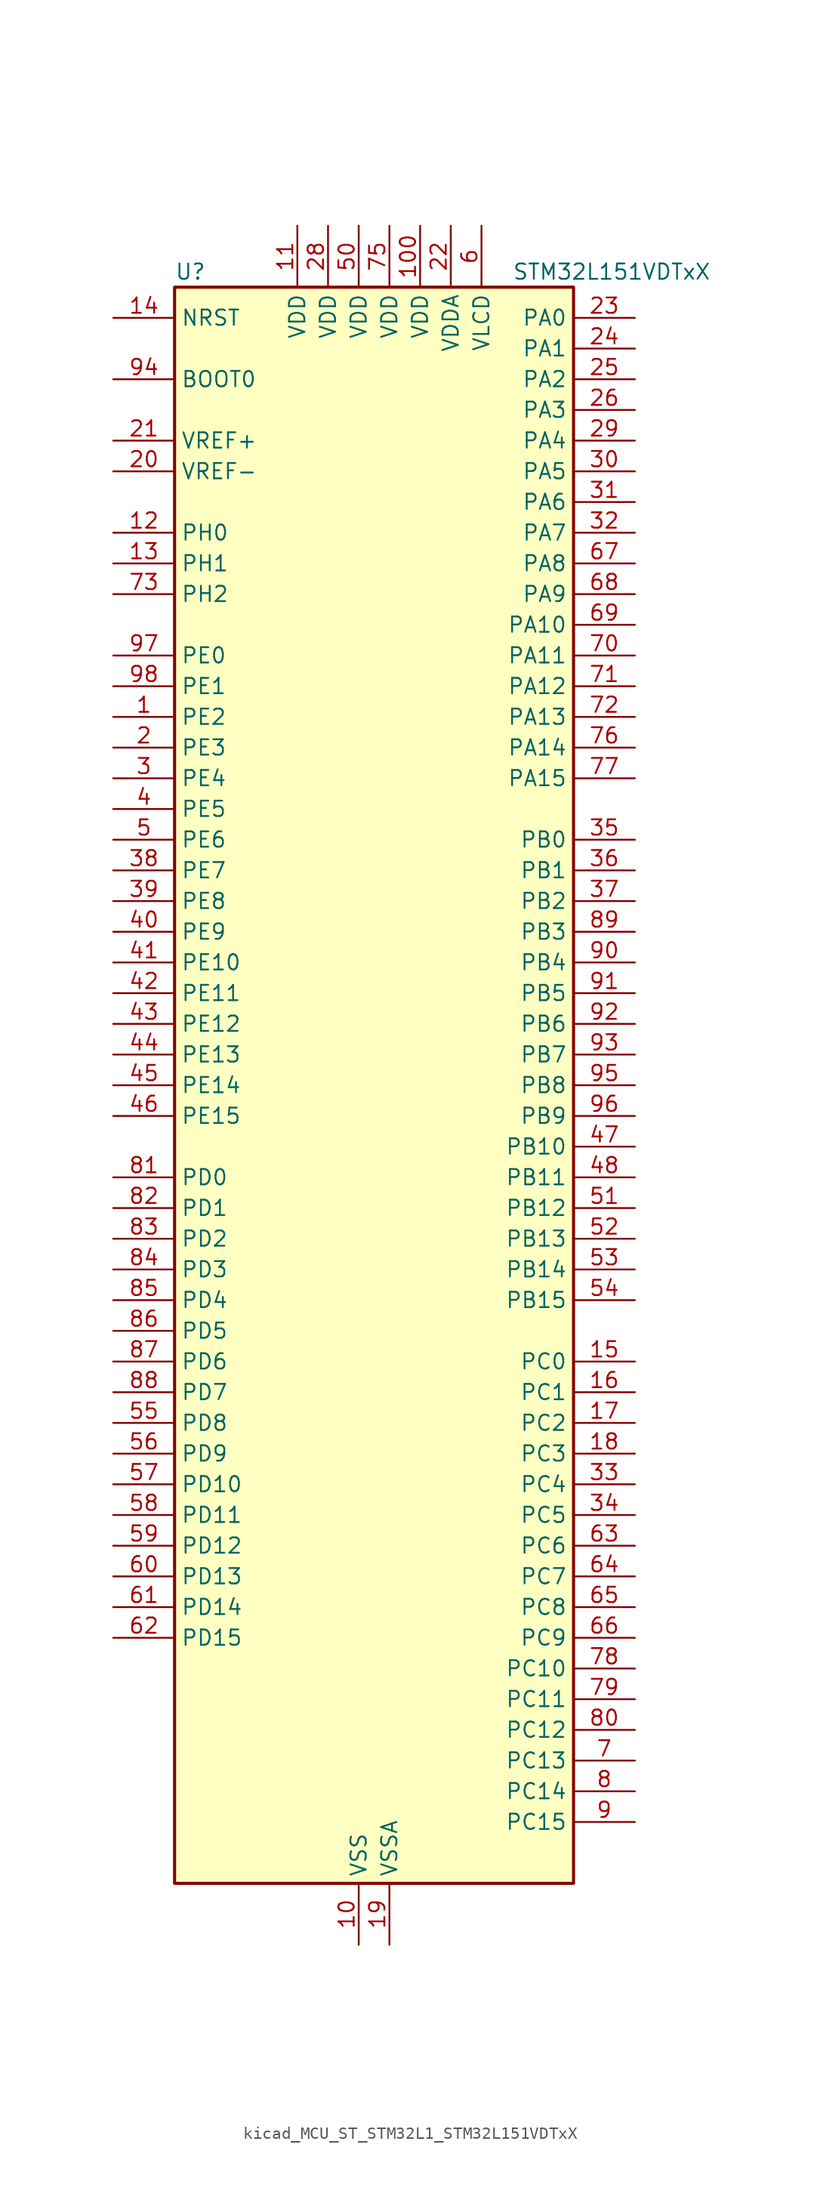
<source format=kicad_sym>
(kicad_symbol_lib
  (version 20220914)
  (generator kicad_symbol_editor)
  (symbol "kicad_MCU_ST_STM32L1_STM32L151VDTxX"
    (property "Reference" "U"
      (at -15.24 67.31 0)
      (effects (font (size 1.27 1.27)) (justify left)))
    (property "Value" "STM32L151VDTxX"
      (at 12.7 67.31 0)
      (effects (font (size 1.27 1.27)) (justify left)))
    (property "ki_locked" ""
      (at 0 0 0)
      (effects (font (size 1.27 1.27))))
    (symbol "kicad_MCU_ST_STM32L1_STM32L151VDTxX_0_1"
      (rectangle (start -15.24 -66.04) (end 17.78 66.04) (stroke (width 0.254) (type default)) (fill (type background))))
    (symbol "kicad_MCU_ST_STM32L1_STM32L151VDTxX_1_1"
      (pin bidirectional line (at -20.32 30.48 0) (length 5.08) (name "PE2" (effects (font (size 1.27 1.27)))) (number "1" (effects (font (size 1.27 1.27)))) (alternate "SYS_TRACECK" bidirectional line) (alternate "TIM3_ETR" bidirectional line) (alternate "TIMX_IC3" bidirectional line))
      (pin power_in line (at 0 -71.12 90) (length 5.08) (name "VSS" (effects (font (size 1.27 1.27)))) (number "10" (effects (font (size 1.27 1.27)))))
      (pin power_in line (at 5.08 71.12 270) (length 5.08) (name "VDD" (effects (font (size 1.27 1.27)))) (number "100" (effects (font (size 1.27 1.27)))))
      (pin power_in line (at -5.08 71.12 270) (length 5.08) (name "VDD" (effects (font (size 1.27 1.27)))) (number "11" (effects (font (size 1.27 1.27)))))
      (pin bidirectional line (at -20.32 45.72 0) (length 5.08) (name "PH0" (effects (font (size 1.27 1.27)))) (number "12" (effects (font (size 1.27 1.27)))) (alternate "RCC_OSC_IN" bidirectional line))
      (pin bidirectional line (at -20.32 43.18 0) (length 5.08) (name "PH1" (effects (font (size 1.27 1.27)))) (number "13" (effects (font (size 1.27 1.27)))) (alternate "RCC_OSC_OUT" bidirectional line))
      (pin input line (at -20.32 63.5 0) (length 5.08) (name "NRST" (effects (font (size 1.27 1.27)))) (number "14" (effects (font (size 1.27 1.27)))))
      (pin bidirectional line (at 22.86 -22.86 180) (length 5.08) (name "PC0" (effects (font (size 1.27 1.27)))) (number "15" (effects (font (size 1.27 1.27)))) (alternate "ADC_IN10" bidirectional line) (alternate "COMP1_INP" bidirectional line) (alternate "TIMX_IC1" bidirectional line) (alternate "TS_G8_IO1" bidirectional line))
      (pin bidirectional line (at 22.86 -25.4 180) (length 5.08) (name "PC1" (effects (font (size 1.27 1.27)))) (number "16" (effects (font (size 1.27 1.27)))) (alternate "ADC_IN11" bidirectional line) (alternate "COMP1_INP" bidirectional line) (alternate "TIMX_IC2" bidirectional line) (alternate "TS_G8_IO2" bidirectional line))
      (pin bidirectional line (at 22.86 -27.94 180) (length 5.08) (name "PC2" (effects (font (size 1.27 1.27)))) (number "17" (effects (font (size 1.27 1.27)))) (alternate "ADC_IN12" bidirectional line) (alternate "COMP1_INP" bidirectional line) (alternate "TIMX_IC3" bidirectional line) (alternate "TS_G8_IO3" bidirectional line))
      (pin bidirectional line (at 22.86 -30.48 180) (length 5.08) (name "PC3" (effects (font (size 1.27 1.27)))) (number "18" (effects (font (size 1.27 1.27)))) (alternate "ADC_IN13" bidirectional line) (alternate "COMP1_INP" bidirectional line) (alternate "TIMX_IC4" bidirectional line) (alternate "TS_G8_IO4" bidirectional line))
      (pin power_in line (at 2.54 -71.12 90) (length 5.08) (name "VSSA" (effects (font (size 1.27 1.27)))) (number "19" (effects (font (size 1.27 1.27)))))
      (pin bidirectional line (at -20.32 27.94 0) (length 5.08) (name "PE3" (effects (font (size 1.27 1.27)))) (number "2" (effects (font (size 1.27 1.27)))) (alternate "SYS_TRACED0" bidirectional line) (alternate "TIM3_CH1" bidirectional line) (alternate "TIMX_IC4" bidirectional line))
      (pin input line (at -20.32 50.8 0) (length 5.08) (name "VREF-" (effects (font (size 1.27 1.27)))) (number "20" (effects (font (size 1.27 1.27)))))
      (pin input line (at -20.32 53.34 0) (length 5.08) (name "VREF+" (effects (font (size 1.27 1.27)))) (number "21" (effects (font (size 1.27 1.27)))))
      (pin power_in line (at 7.62 71.12 270) (length 5.08) (name "VDDA" (effects (font (size 1.27 1.27)))) (number "22" (effects (font (size 1.27 1.27)))))
      (pin bidirectional line (at 22.86 63.5 180) (length 5.08) (name "PA0" (effects (font (size 1.27 1.27)))) (number "23" (effects (font (size 1.27 1.27)))) (alternate "ADC_IN0" bidirectional line) (alternate "COMP1_INP" bidirectional line) (alternate "RTC_TAMP2" bidirectional line) (alternate "SYS_WKUP1" bidirectional line) (alternate "TIM2_CH1" bidirectional line) (alternate "TIM2_ETR" bidirectional line) (alternate "TIM5_CH1" bidirectional line) (alternate "TIMX_IC1" bidirectional line) (alternate "TS_G1_IO1" bidirectional line) (alternate "USART2_CTS" bidirectional line))
      (pin bidirectional line (at 22.86 60.96 180) (length 5.08) (name "PA1" (effects (font (size 1.27 1.27)))) (number "24" (effects (font (size 1.27 1.27)))) (alternate "ADC_IN1" bidirectional line) (alternate "COMP1_INP" bidirectional line) (alternate "OPAMP1_VINP" bidirectional line) (alternate "TIM2_CH2" bidirectional line) (alternate "TIM5_CH2" bidirectional line) (alternate "TIMX_IC2" bidirectional line) (alternate "TS_G1_IO2" bidirectional line) (alternate "USART2_RTS" bidirectional line))
      (pin bidirectional line (at 22.86 58.42 180) (length 5.08) (name "PA2" (effects (font (size 1.27 1.27)))) (number "25" (effects (font (size 1.27 1.27)))) (alternate "ADC_IN2" bidirectional line) (alternate "COMP1_INP" bidirectional line) (alternate "OPAMP1_VINM" bidirectional line) (alternate "TIM2_CH3" bidirectional line) (alternate "TIM5_CH3" bidirectional line) (alternate "TIM9_CH1" bidirectional line) (alternate "TIMX_IC3" bidirectional line) (alternate "TS_G1_IO3" bidirectional line) (alternate "USART2_TX" bidirectional line))
      (pin bidirectional line (at 22.86 55.88 180) (length 5.08) (name "PA3" (effects (font (size 1.27 1.27)))) (number "26" (effects (font (size 1.27 1.27)))) (alternate "ADC_IN3" bidirectional line) (alternate "COMP1_INP" bidirectional line) (alternate "OPAMP1_VOUT" bidirectional line) (alternate "TIM2_CH4" bidirectional line) (alternate "TIM5_CH4" bidirectional line) (alternate "TIM9_CH2" bidirectional line) (alternate "TIMX_IC4" bidirectional line) (alternate "TS_G1_IO4" bidirectional line) (alternate "USART2_RX" bidirectional line))
      (pin passive line (at 0 -71.12 90) (length 5.08) hide (name "VSS" (effects (font (size 1.27 1.27)))) (number "27" (effects (font (size 1.27 1.27)))))
      (pin power_in line (at -2.54 71.12 270) (length 5.08) (name "VDD" (effects (font (size 1.27 1.27)))) (number "28" (effects (font (size 1.27 1.27)))))
      (pin bidirectional line (at 22.86 53.34 180) (length 5.08) (name "PA4" (effects (font (size 1.27 1.27)))) (number "29" (effects (font (size 1.27 1.27)))) (alternate "ADC_IN4" bidirectional line) (alternate "COMP1_INP" bidirectional line) (alternate "DAC_OUT1" bidirectional line) (alternate "I2S3_WS" bidirectional line) (alternate "SPI1_NSS" bidirectional line) (alternate "SPI3_NSS" bidirectional line) (alternate "TIMX_IC1" bidirectional line) (alternate "USART2_CK" bidirectional line))
      (pin bidirectional line (at -20.32 25.4 0) (length 5.08) (name "PE4" (effects (font (size 1.27 1.27)))) (number "3" (effects (font (size 1.27 1.27)))) (alternate "SYS_TRACED1" bidirectional line) (alternate "TIM3_CH2" bidirectional line) (alternate "TIMX_IC1" bidirectional line))
      (pin bidirectional line (at 22.86 50.8 180) (length 5.08) (name "PA5" (effects (font (size 1.27 1.27)))) (number "30" (effects (font (size 1.27 1.27)))) (alternate "ADC_IN5" bidirectional line) (alternate "COMP1_INP" bidirectional line) (alternate "DAC_OUT2" bidirectional line) (alternate "SPI1_SCK" bidirectional line) (alternate "TIM2_CH1" bidirectional line) (alternate "TIM2_ETR" bidirectional line) (alternate "TIMX_IC2" bidirectional line))
      (pin bidirectional line (at 22.86 48.26 180) (length 5.08) (name "PA6" (effects (font (size 1.27 1.27)))) (number "31" (effects (font (size 1.27 1.27)))) (alternate "ADC_IN6" bidirectional line) (alternate "COMP1_INP" bidirectional line) (alternate "OPAMP2_VINP" bidirectional line) (alternate "SPI1_MISO" bidirectional line) (alternate "TIM10_CH1" bidirectional line) (alternate "TIM3_CH1" bidirectional line) (alternate "TIMX_IC3" bidirectional line) (alternate "TS_G2_IO1" bidirectional line))
      (pin bidirectional line (at 22.86 45.72 180) (length 5.08) (name "PA7" (effects (font (size 1.27 1.27)))) (number "32" (effects (font (size 1.27 1.27)))) (alternate "ADC_IN7" bidirectional line) (alternate "COMP1_INP" bidirectional line) (alternate "OPAMP2_VINM" bidirectional line) (alternate "SPI1_MOSI" bidirectional line) (alternate "TIM11_CH1" bidirectional line) (alternate "TIM3_CH2" bidirectional line) (alternate "TIMX_IC4" bidirectional line) (alternate "TS_G2_IO2" bidirectional line))
      (pin bidirectional line (at 22.86 -33.02 180) (length 5.08) (name "PC4" (effects (font (size 1.27 1.27)))) (number "33" (effects (font (size 1.27 1.27)))) (alternate "ADC_IN14" bidirectional line) (alternate "COMP1_INP" bidirectional line) (alternate "TIMX_IC1" bidirectional line) (alternate "TS_G9_IO1" bidirectional line))
      (pin bidirectional line (at 22.86 -35.56 180) (length 5.08) (name "PC5" (effects (font (size 1.27 1.27)))) (number "34" (effects (font (size 1.27 1.27)))) (alternate "ADC_IN15" bidirectional line) (alternate "COMP1_INP" bidirectional line) (alternate "TIMX_IC2" bidirectional line) (alternate "TS_G9_IO2" bidirectional line))
      (pin bidirectional line (at 22.86 20.32 180) (length 5.08) (name "PB0" (effects (font (size 1.27 1.27)))) (number "35" (effects (font (size 1.27 1.27)))) (alternate "ADC_IN8" bidirectional line) (alternate "COMP1_INP" bidirectional line) (alternate "OPAMP2_VOUT" bidirectional line) (alternate "SYS_V_REF_OUT" bidirectional line) (alternate "TIM3_CH3" bidirectional line) (alternate "TS_G3_IO1" bidirectional line))
      (pin bidirectional line (at 22.86 17.78 180) (length 5.08) (name "PB1" (effects (font (size 1.27 1.27)))) (number "36" (effects (font (size 1.27 1.27)))) (alternate "ADC_IN9" bidirectional line) (alternate "COMP1_INP" bidirectional line) (alternate "SYS_V_REF_OUT" bidirectional line) (alternate "TIM3_CH4" bidirectional line) (alternate "TS_G3_IO2" bidirectional line))
      (pin bidirectional line (at 22.86 15.24 180) (length 5.08) (name "PB2" (effects (font (size 1.27 1.27)))) (number "37" (effects (font (size 1.27 1.27)))) (alternate "ADC_IN0b" bidirectional line) (alternate "TS_G3_IO3" bidirectional line))
      (pin bidirectional line (at -20.32 17.78 0) (length 5.08) (name "PE7" (effects (font (size 1.27 1.27)))) (number "38" (effects (font (size 1.27 1.27)))) (alternate "ADC_IN22" bidirectional line) (alternate "COMP1_INP" bidirectional line) (alternate "TIMX_IC4" bidirectional line))
      (pin bidirectional line (at -20.32 15.24 0) (length 5.08) (name "PE8" (effects (font (size 1.27 1.27)))) (number "39" (effects (font (size 1.27 1.27)))) (alternate "ADC_IN23" bidirectional line) (alternate "COMP1_INP" bidirectional line) (alternate "TIMX_IC1" bidirectional line))
      (pin bidirectional line (at -20.32 22.86 0) (length 5.08) (name "PE5" (effects (font (size 1.27 1.27)))) (number "4" (effects (font (size 1.27 1.27)))) (alternate "SYS_TRACED2" bidirectional line) (alternate "TIM9_CH1" bidirectional line) (alternate "TIMX_IC2" bidirectional line))
      (pin bidirectional line (at -20.32 12.7 0) (length 5.08) (name "PE9" (effects (font (size 1.27 1.27)))) (number "40" (effects (font (size 1.27 1.27)))) (alternate "ADC_IN24" bidirectional line) (alternate "COMP1_INP" bidirectional line) (alternate "DAC_EXTI9" bidirectional line) (alternate "TIM2_CH1" bidirectional line) (alternate "TIM2_ETR" bidirectional line) (alternate "TIMX_IC2" bidirectional line))
      (pin bidirectional line (at -20.32 10.16 0) (length 5.08) (name "PE10" (effects (font (size 1.27 1.27)))) (number "41" (effects (font (size 1.27 1.27)))) (alternate "ADC_IN25" bidirectional line) (alternate "COMP1_INP" bidirectional line) (alternate "TIM2_CH2" bidirectional line) (alternate "TIMX_IC3" bidirectional line))
      (pin bidirectional line (at -20.32 7.62 0) (length 5.08) (name "PE11" (effects (font (size 1.27 1.27)))) (number "42" (effects (font (size 1.27 1.27)))) (alternate "ADC_EXTI11" bidirectional line) (alternate "TIM2_CH3" bidirectional line) (alternate "TIMX_IC4" bidirectional line))
      (pin bidirectional line (at -20.32 5.08 0) (length 5.08) (name "PE12" (effects (font (size 1.27 1.27)))) (number "43" (effects (font (size 1.27 1.27)))) (alternate "SPI1_NSS" bidirectional line) (alternate "TIM2_CH4" bidirectional line) (alternate "TIMX_IC1" bidirectional line))
      (pin bidirectional line (at -20.32 2.54 0) (length 5.08) (name "PE13" (effects (font (size 1.27 1.27)))) (number "44" (effects (font (size 1.27 1.27)))) (alternate "SPI1_SCK" bidirectional line) (alternate "TIMX_IC2" bidirectional line))
      (pin bidirectional line (at -20.32 0 0) (length 5.08) (name "PE14" (effects (font (size 1.27 1.27)))) (number "45" (effects (font (size 1.27 1.27)))) (alternate "SPI1_MISO" bidirectional line) (alternate "TIMX_IC3" bidirectional line))
      (pin bidirectional line (at -20.32 -2.54 0) (length 5.08) (name "PE15" (effects (font (size 1.27 1.27)))) (number "46" (effects (font (size 1.27 1.27)))) (alternate "ADC_EXTI15" bidirectional line) (alternate "SPI1_MOSI" bidirectional line) (alternate "TIMX_IC4" bidirectional line))
      (pin bidirectional line (at 22.86 -5.08 180) (length 5.08) (name "PB10" (effects (font (size 1.27 1.27)))) (number "47" (effects (font (size 1.27 1.27)))) (alternate "I2C2_SCL" bidirectional line) (alternate "TIM2_CH3" bidirectional line) (alternate "USART3_TX" bidirectional line))
      (pin bidirectional line (at 22.86 -7.62 180) (length 5.08) (name "PB11" (effects (font (size 1.27 1.27)))) (number "48" (effects (font (size 1.27 1.27)))) (alternate "ADC_EXTI11" bidirectional line) (alternate "I2C2_SDA" bidirectional line) (alternate "TIM2_CH4" bidirectional line) (alternate "USART3_RX" bidirectional line))
      (pin passive line (at 0 -71.12 90) (length 5.08) hide (name "VSS" (effects (font (size 1.27 1.27)))) (number "49" (effects (font (size 1.27 1.27)))))
      (pin bidirectional line (at -20.32 20.32 0) (length 5.08) (name "PE6" (effects (font (size 1.27 1.27)))) (number "5" (effects (font (size 1.27 1.27)))) (alternate "RTC_TAMP3" bidirectional line) (alternate "SYS_TRACED3" bidirectional line) (alternate "SYS_WKUP3" bidirectional line) (alternate "TIM9_CH2" bidirectional line) (alternate "TIMX_IC3" bidirectional line))
      (pin power_in line (at 0 71.12 270) (length 5.08) (name "VDD" (effects (font (size 1.27 1.27)))) (number "50" (effects (font (size 1.27 1.27)))))
      (pin bidirectional line (at 22.86 -10.16 180) (length 5.08) (name "PB12" (effects (font (size 1.27 1.27)))) (number "51" (effects (font (size 1.27 1.27)))) (alternate "ADC_IN18" bidirectional line) (alternate "COMP1_INP" bidirectional line) (alternate "I2C2_SMBA" bidirectional line) (alternate "I2S2_WS" bidirectional line) (alternate "SPI2_NSS" bidirectional line) (alternate "TIM10_CH1" bidirectional line) (alternate "TS_G7_IO1" bidirectional line) (alternate "USART3_CK" bidirectional line))
      (pin bidirectional line (at 22.86 -12.7 180) (length 5.08) (name "PB13" (effects (font (size 1.27 1.27)))) (number "52" (effects (font (size 1.27 1.27)))) (alternate "ADC_IN19" bidirectional line) (alternate "COMP1_INP" bidirectional line) (alternate "I2S2_CK" bidirectional line) (alternate "SPI2_SCK" bidirectional line) (alternate "TIM9_CH1" bidirectional line) (alternate "TS_G7_IO2" bidirectional line) (alternate "USART3_CTS" bidirectional line))
      (pin bidirectional line (at 22.86 -15.24 180) (length 5.08) (name "PB14" (effects (font (size 1.27 1.27)))) (number "53" (effects (font (size 1.27 1.27)))) (alternate "ADC_IN20" bidirectional line) (alternate "COMP1_INP" bidirectional line) (alternate "SPI2_MISO" bidirectional line) (alternate "TIM9_CH2" bidirectional line) (alternate "TS_G7_IO3" bidirectional line) (alternate "USART3_RTS" bidirectional line))
      (pin bidirectional line (at 22.86 -17.78 180) (length 5.08) (name "PB15" (effects (font (size 1.27 1.27)))) (number "54" (effects (font (size 1.27 1.27)))) (alternate "ADC_EXTI15" bidirectional line) (alternate "ADC_IN21" bidirectional line) (alternate "COMP1_INP" bidirectional line) (alternate "I2S2_SD" bidirectional line) (alternate "RTC_REFIN" bidirectional line) (alternate "SPI2_MOSI" bidirectional line) (alternate "TIM11_CH1" bidirectional line) (alternate "TS_G7_IO4" bidirectional line))
      (pin bidirectional line (at -20.32 -27.94 0) (length 5.08) (name "PD8" (effects (font (size 1.27 1.27)))) (number "55" (effects (font (size 1.27 1.27)))) (alternate "TIMX_IC1" bidirectional line) (alternate "USART3_TX" bidirectional line))
      (pin bidirectional line (at -20.32 -30.48 0) (length 5.08) (name "PD9" (effects (font (size 1.27 1.27)))) (number "56" (effects (font (size 1.27 1.27)))) (alternate "DAC_EXTI9" bidirectional line) (alternate "TIMX_IC2" bidirectional line) (alternate "USART3_RX" bidirectional line))
      (pin bidirectional line (at -20.32 -33.02 0) (length 5.08) (name "PD10" (effects (font (size 1.27 1.27)))) (number "57" (effects (font (size 1.27 1.27)))) (alternate "TIMX_IC3" bidirectional line) (alternate "USART3_CK" bidirectional line))
      (pin bidirectional line (at -20.32 -35.56 0) (length 5.08) (name "PD11" (effects (font (size 1.27 1.27)))) (number "58" (effects (font (size 1.27 1.27)))) (alternate "ADC_EXTI11" bidirectional line) (alternate "TIMX_IC4" bidirectional line) (alternate "USART3_CTS" bidirectional line))
      (pin bidirectional line (at -20.32 -38.1 0) (length 5.08) (name "PD12" (effects (font (size 1.27 1.27)))) (number "59" (effects (font (size 1.27 1.27)))) (alternate "TIM4_CH1" bidirectional line) (alternate "TIMX_IC1" bidirectional line) (alternate "USART3_RTS" bidirectional line))
      (pin power_in line (at 10.16 71.12 270) (length 5.08) (name "VLCD" (effects (font (size 1.27 1.27)))) (number "6" (effects (font (size 1.27 1.27)))))
      (pin bidirectional line (at -20.32 -40.64 0) (length 5.08) (name "PD13" (effects (font (size 1.27 1.27)))) (number "60" (effects (font (size 1.27 1.27)))) (alternate "TIM4_CH2" bidirectional line) (alternate "TIMX_IC2" bidirectional line))
      (pin bidirectional line (at -20.32 -43.18 0) (length 5.08) (name "PD14" (effects (font (size 1.27 1.27)))) (number "61" (effects (font (size 1.27 1.27)))) (alternate "TIM4_CH3" bidirectional line) (alternate "TIMX_IC3" bidirectional line))
      (pin bidirectional line (at -20.32 -45.72 0) (length 5.08) (name "PD15" (effects (font (size 1.27 1.27)))) (number "62" (effects (font (size 1.27 1.27)))) (alternate "ADC_EXTI15" bidirectional line) (alternate "TIM4_CH4" bidirectional line) (alternate "TIMX_IC4" bidirectional line))
      (pin bidirectional line (at 22.86 -38.1 180) (length 5.08) (name "PC6" (effects (font (size 1.27 1.27)))) (number "63" (effects (font (size 1.27 1.27)))) (alternate "I2S2_MCK" bidirectional line) (alternate "TIM3_CH1" bidirectional line) (alternate "TIMX_IC3" bidirectional line) (alternate "TS_G10_IO1" bidirectional line))
      (pin bidirectional line (at 22.86 -40.64 180) (length 5.08) (name "PC7" (effects (font (size 1.27 1.27)))) (number "64" (effects (font (size 1.27 1.27)))) (alternate "I2S3_MCK" bidirectional line) (alternate "TIM3_CH2" bidirectional line) (alternate "TIMX_IC4" bidirectional line) (alternate "TS_G10_IO2" bidirectional line))
      (pin bidirectional line (at 22.86 -43.18 180) (length 5.08) (name "PC8" (effects (font (size 1.27 1.27)))) (number "65" (effects (font (size 1.27 1.27)))) (alternate "TIM3_CH3" bidirectional line) (alternate "TIMX_IC1" bidirectional line) (alternate "TS_G10_IO3" bidirectional line))
      (pin bidirectional line (at 22.86 -45.72 180) (length 5.08) (name "PC9" (effects (font (size 1.27 1.27)))) (number "66" (effects (font (size 1.27 1.27)))) (alternate "DAC_EXTI9" bidirectional line) (alternate "TIM3_CH4" bidirectional line) (alternate "TIMX_IC2" bidirectional line) (alternate "TS_G10_IO4" bidirectional line))
      (pin bidirectional line (at 22.86 43.18 180) (length 5.08) (name "PA8" (effects (font (size 1.27 1.27)))) (number "67" (effects (font (size 1.27 1.27)))) (alternate "RCC_MCO" bidirectional line) (alternate "TIMX_IC1" bidirectional line) (alternate "TS_G4_IO1" bidirectional line) (alternate "USART1_CK" bidirectional line))
      (pin bidirectional line (at 22.86 40.64 180) (length 5.08) (name "PA9" (effects (font (size 1.27 1.27)))) (number "68" (effects (font (size 1.27 1.27)))) (alternate "DAC_EXTI9" bidirectional line) (alternate "TIMX_IC2" bidirectional line) (alternate "TS_G4_IO2" bidirectional line) (alternate "USART1_TX" bidirectional line))
      (pin bidirectional line (at 22.86 38.1 180) (length 5.08) (name "PA10" (effects (font (size 1.27 1.27)))) (number "69" (effects (font (size 1.27 1.27)))) (alternate "TIMX_IC3" bidirectional line) (alternate "TS_G4_IO3" bidirectional line) (alternate "USART1_RX" bidirectional line))
      (pin bidirectional line (at 22.86 -55.88 180) (length 5.08) (name "PC13" (effects (font (size 1.27 1.27)))) (number "7" (effects (font (size 1.27 1.27)))) (alternate "RTC_OUT_ALARM" bidirectional line) (alternate "RTC_OUT_CALIB" bidirectional line) (alternate "RTC_TAMP1" bidirectional line) (alternate "RTC_TS" bidirectional line) (alternate "SYS_WKUP2" bidirectional line) (alternate "TIMX_IC2" bidirectional line))
      (pin bidirectional line (at 22.86 35.56 180) (length 5.08) (name "PA11" (effects (font (size 1.27 1.27)))) (number "70" (effects (font (size 1.27 1.27)))) (alternate "ADC_EXTI11" bidirectional line) (alternate "SPI1_MISO" bidirectional line) (alternate "TIMX_IC4" bidirectional line) (alternate "USART1_CTS" bidirectional line) (alternate "USB_DM" bidirectional line))
      (pin bidirectional line (at 22.86 33.02 180) (length 5.08) (name "PA12" (effects (font (size 1.27 1.27)))) (number "71" (effects (font (size 1.27 1.27)))) (alternate "SPI1_MOSI" bidirectional line) (alternate "TIMX_IC1" bidirectional line) (alternate "USART1_RTS" bidirectional line) (alternate "USB_DP" bidirectional line))
      (pin bidirectional line (at 22.86 30.48 180) (length 5.08) (name "PA13" (effects (font (size 1.27 1.27)))) (number "72" (effects (font (size 1.27 1.27)))) (alternate "SYS_JTMS-SWDIO" bidirectional line) (alternate "TIMX_IC2" bidirectional line) (alternate "TS_G5_IO1" bidirectional line))
      (pin bidirectional line (at -20.32 40.64 0) (length 5.08) (name "PH2" (effects (font (size 1.27 1.27)))) (number "73" (effects (font (size 1.27 1.27)))))
      (pin passive line (at 0 -71.12 90) (length 5.08) hide (name "VSS" (effects (font (size 1.27 1.27)))) (number "74" (effects (font (size 1.27 1.27)))))
      (pin power_in line (at 2.54 71.12 270) (length 5.08) (name "VDD" (effects (font (size 1.27 1.27)))) (number "75" (effects (font (size 1.27 1.27)))))
      (pin bidirectional line (at 22.86 27.94 180) (length 5.08) (name "PA14" (effects (font (size 1.27 1.27)))) (number "76" (effects (font (size 1.27 1.27)))) (alternate "SYS_JTCK-SWCLK" bidirectional line) (alternate "TIMX_IC3" bidirectional line) (alternate "TS_G5_IO2" bidirectional line))
      (pin bidirectional line (at 22.86 25.4 180) (length 5.08) (name "PA15" (effects (font (size 1.27 1.27)))) (number "77" (effects (font (size 1.27 1.27)))) (alternate "ADC_EXTI15" bidirectional line) (alternate "I2S3_WS" bidirectional line) (alternate "SPI1_NSS" bidirectional line) (alternate "SPI3_NSS" bidirectional line) (alternate "SYS_JTDI" bidirectional line) (alternate "TIM2_CH1" bidirectional line) (alternate "TIM2_ETR" bidirectional line) (alternate "TIMX_IC4" bidirectional line) (alternate "TS_G5_IO3" bidirectional line))
      (pin bidirectional line (at 22.86 -48.26 180) (length 5.08) (name "PC10" (effects (font (size 1.27 1.27)))) (number "78" (effects (font (size 1.27 1.27)))) (alternate "I2S3_CK" bidirectional line) (alternate "SPI3_SCK" bidirectional line) (alternate "TIMX_IC3" bidirectional line) (alternate "UART4_TX" bidirectional line) (alternate "USART3_TX" bidirectional line))
      (pin bidirectional line (at 22.86 -50.8 180) (length 5.08) (name "PC11" (effects (font (size 1.27 1.27)))) (number "79" (effects (font (size 1.27 1.27)))) (alternate "ADC_EXTI11" bidirectional line) (alternate "SPI3_MISO" bidirectional line) (alternate "TIMX_IC4" bidirectional line) (alternate "UART4_RX" bidirectional line) (alternate "USART3_RX" bidirectional line))
      (pin bidirectional line (at 22.86 -58.42 180) (length 5.08) (name "PC14" (effects (font (size 1.27 1.27)))) (number "8" (effects (font (size 1.27 1.27)))) (alternate "RCC_OSC32_IN" bidirectional line) (alternate "TIMX_IC3" bidirectional line))
      (pin bidirectional line (at 22.86 -53.34 180) (length 5.08) (name "PC12" (effects (font (size 1.27 1.27)))) (number "80" (effects (font (size 1.27 1.27)))) (alternate "I2S3_SD" bidirectional line) (alternate "SPI3_MOSI" bidirectional line) (alternate "TIMX_IC1" bidirectional line) (alternate "UART5_TX" bidirectional line) (alternate "USART3_CK" bidirectional line))
      (pin bidirectional line (at -20.32 -7.62 0) (length 5.08) (name "PD0" (effects (font (size 1.27 1.27)))) (number "81" (effects (font (size 1.27 1.27)))) (alternate "I2S2_WS" bidirectional line) (alternate "SPI2_NSS" bidirectional line) (alternate "TIM9_CH1" bidirectional line) (alternate "TIMX_IC1" bidirectional line))
      (pin bidirectional line (at -20.32 -10.16 0) (length 5.08) (name "PD1" (effects (font (size 1.27 1.27)))) (number "82" (effects (font (size 1.27 1.27)))) (alternate "I2S2_CK" bidirectional line) (alternate "SPI2_SCK" bidirectional line) (alternate "TIMX_IC2" bidirectional line))
      (pin bidirectional line (at -20.32 -12.7 0) (length 5.08) (name "PD2" (effects (font (size 1.27 1.27)))) (number "83" (effects (font (size 1.27 1.27)))) (alternate "TIM3_ETR" bidirectional line) (alternate "TIMX_IC3" bidirectional line) (alternate "UART5_RX" bidirectional line))
      (pin bidirectional line (at -20.32 -15.24 0) (length 5.08) (name "PD3" (effects (font (size 1.27 1.27)))) (number "84" (effects (font (size 1.27 1.27)))) (alternate "SPI2_MISO" bidirectional line) (alternate "TIMX_IC4" bidirectional line) (alternate "USART2_CTS" bidirectional line))
      (pin bidirectional line (at -20.32 -17.78 0) (length 5.08) (name "PD4" (effects (font (size 1.27 1.27)))) (number "85" (effects (font (size 1.27 1.27)))) (alternate "I2S2_SD" bidirectional line) (alternate "SPI2_MOSI" bidirectional line) (alternate "TIMX_IC1" bidirectional line) (alternate "USART2_RTS" bidirectional line))
      (pin bidirectional line (at -20.32 -20.32 0) (length 5.08) (name "PD5" (effects (font (size 1.27 1.27)))) (number "86" (effects (font (size 1.27 1.27)))) (alternate "TIMX_IC2" bidirectional line) (alternate "USART2_TX" bidirectional line))
      (pin bidirectional line (at -20.32 -22.86 0) (length 5.08) (name "PD6" (effects (font (size 1.27 1.27)))) (number "87" (effects (font (size 1.27 1.27)))) (alternate "TIMX_IC3" bidirectional line) (alternate "USART2_RX" bidirectional line))
      (pin bidirectional line (at -20.32 -25.4 0) (length 5.08) (name "PD7" (effects (font (size 1.27 1.27)))) (number "88" (effects (font (size 1.27 1.27)))) (alternate "TIM9_CH2" bidirectional line) (alternate "TIMX_IC4" bidirectional line) (alternate "USART2_CK" bidirectional line))
      (pin bidirectional line (at 22.86 12.7 180) (length 5.08) (name "PB3" (effects (font (size 1.27 1.27)))) (number "89" (effects (font (size 1.27 1.27)))) (alternate "COMP2_INM" bidirectional line) (alternate "I2S3_CK" bidirectional line) (alternate "SPI1_SCK" bidirectional line) (alternate "SPI3_SCK" bidirectional line) (alternate "SYS_JTDO-TRACESWO" bidirectional line) (alternate "TIM2_CH2" bidirectional line))
      (pin bidirectional line (at 22.86 -60.96 180) (length 5.08) (name "PC15" (effects (font (size 1.27 1.27)))) (number "9" (effects (font (size 1.27 1.27)))) (alternate "ADC_EXTI15" bidirectional line) (alternate "RCC_OSC32_OUT" bidirectional line) (alternate "TIMX_IC4" bidirectional line))
      (pin bidirectional line (at 22.86 10.16 180) (length 5.08) (name "PB4" (effects (font (size 1.27 1.27)))) (number "90" (effects (font (size 1.27 1.27)))) (alternate "COMP2_INP" bidirectional line) (alternate "SPI1_MISO" bidirectional line) (alternate "SPI3_MISO" bidirectional line) (alternate "SYS_JTRST" bidirectional line) (alternate "TIM3_CH1" bidirectional line) (alternate "TS_G6_IO1" bidirectional line))
      (pin bidirectional line (at 22.86 7.62 180) (length 5.08) (name "PB5" (effects (font (size 1.27 1.27)))) (number "91" (effects (font (size 1.27 1.27)))) (alternate "COMP2_INP" bidirectional line) (alternate "I2C1_SMBA" bidirectional line) (alternate "I2S3_SD" bidirectional line) (alternate "SPI1_MOSI" bidirectional line) (alternate "SPI3_MOSI" bidirectional line) (alternate "TIM3_CH2" bidirectional line) (alternate "TS_G6_IO2" bidirectional line))
      (pin bidirectional line (at 22.86 5.08 180) (length 5.08) (name "PB6" (effects (font (size 1.27 1.27)))) (number "92" (effects (font (size 1.27 1.27)))) (alternate "COMP2_INP" bidirectional line) (alternate "I2C1_SCL" bidirectional line) (alternate "TIM4_CH1" bidirectional line) (alternate "TS_G6_IO3" bidirectional line) (alternate "USART1_TX" bidirectional line))
      (pin bidirectional line (at 22.86 2.54 180) (length 5.08) (name "PB7" (effects (font (size 1.27 1.27)))) (number "93" (effects (font (size 1.27 1.27)))) (alternate "COMP2_INP" bidirectional line) (alternate "I2C1_SDA" bidirectional line) (alternate "SYS_PVD_IN" bidirectional line) (alternate "TIM4_CH2" bidirectional line) (alternate "TS_G6_IO4" bidirectional line) (alternate "USART1_RX" bidirectional line))
      (pin input line (at -20.32 58.42 0) (length 5.08) (name "BOOT0" (effects (font (size 1.27 1.27)))) (number "94" (effects (font (size 1.27 1.27)))))
      (pin bidirectional line (at 22.86 0 180) (length 5.08) (name "PB8" (effects (font (size 1.27 1.27)))) (number "95" (effects (font (size 1.27 1.27)))) (alternate "I2C1_SCL" bidirectional line) (alternate "TIM10_CH1" bidirectional line) (alternate "TIM4_CH3" bidirectional line))
      (pin bidirectional line (at 22.86 -2.54 180) (length 5.08) (name "PB9" (effects (font (size 1.27 1.27)))) (number "96" (effects (font (size 1.27 1.27)))) (alternate "DAC_EXTI9" bidirectional line) (alternate "I2C1_SDA" bidirectional line) (alternate "TIM11_CH1" bidirectional line) (alternate "TIM4_CH4" bidirectional line))
      (pin bidirectional line (at -20.32 35.56 0) (length 5.08) (name "PE0" (effects (font (size 1.27 1.27)))) (number "97" (effects (font (size 1.27 1.27)))) (alternate "TIM10_CH1" bidirectional line) (alternate "TIM4_ETR" bidirectional line) (alternate "TIMX_IC1" bidirectional line))
      (pin bidirectional line (at -20.32 33.02 0) (length 5.08) (name "PE1" (effects (font (size 1.27 1.27)))) (number "98" (effects (font (size 1.27 1.27)))) (alternate "TIM11_CH1" bidirectional line) (alternate "TIMX_IC2" bidirectional line))
      (pin passive line (at 0 -71.12 90) (length 5.08) hide (name "VSS" (effects (font (size 1.27 1.27)))) (number "99" (effects (font (size 1.27 1.27))))))))
</source>
